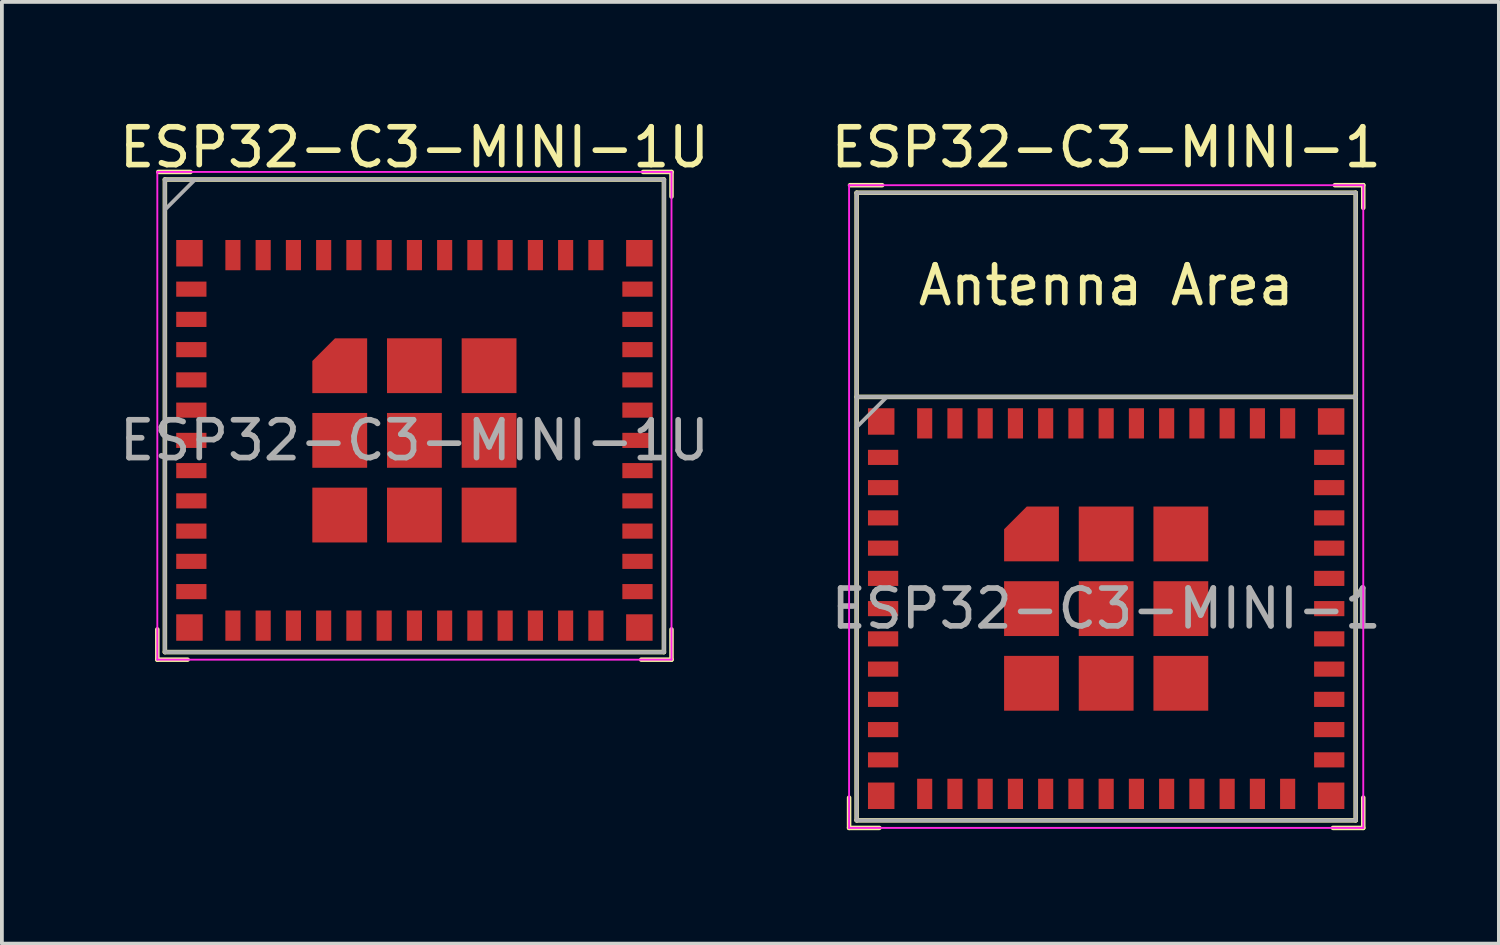
<source format=kicad_pcb>
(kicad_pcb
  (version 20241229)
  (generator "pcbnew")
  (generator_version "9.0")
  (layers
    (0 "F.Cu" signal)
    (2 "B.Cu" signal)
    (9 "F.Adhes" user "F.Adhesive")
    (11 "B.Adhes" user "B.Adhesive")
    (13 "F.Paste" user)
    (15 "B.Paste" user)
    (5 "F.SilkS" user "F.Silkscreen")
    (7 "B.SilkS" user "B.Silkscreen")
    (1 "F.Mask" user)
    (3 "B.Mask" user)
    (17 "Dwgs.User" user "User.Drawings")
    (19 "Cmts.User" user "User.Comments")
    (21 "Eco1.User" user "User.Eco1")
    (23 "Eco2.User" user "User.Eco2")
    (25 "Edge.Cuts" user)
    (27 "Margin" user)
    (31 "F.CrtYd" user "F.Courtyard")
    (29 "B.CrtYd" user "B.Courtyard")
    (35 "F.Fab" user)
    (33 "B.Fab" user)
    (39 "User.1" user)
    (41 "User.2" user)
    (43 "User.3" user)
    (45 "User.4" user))
  (footprint "ESP32-C3-MINI-1U"
    (layer "F.Cu")
    (at 7.911 7.898)
    (property "Reference" "ESP32-C3-MINI-1U" (at 0 -7.05 0) (layer "F.SilkS") (effects (font (size 1 1) (thickness 0.15))))
    (attr smd)
    (fp_line (start -6.8 5.7) (end -6.8 6.5) (stroke (width 0.12) (type solid)) (layer "F.SilkS"))
    (fp_line (start -6.8 6.5) (end -6 6.5) (stroke (width 0.12) (type solid)) (layer "F.SilkS"))
    (fp_line (start -6.6 -6.2) (end 6.6 -6.2) (stroke (width 0.12) (type solid)) (layer "F.SilkS"))
    (fp_line (start -6.6 6.3) (end -6.6 -6.2) (stroke (width 0.12) (type solid)) (layer "F.SilkS"))
    (fp_line (start -5.925 -6.4) (end -6.775 -6.4) (stroke (width 0.12) (type solid)) (layer "F.SilkS"))
    (fp_line (start 6.05 -6.4) (end 6.8 -6.4) (stroke (width 0.12) (type solid)) (layer "F.SilkS"))
    (fp_line (start 6.6 -6.2) (end 6.6 6.3) (stroke (width 0.12) (type solid)) (layer "F.SilkS"))
    (fp_line (start 6.6 6.3) (end -6.6 6.3) (stroke (width 0.12) (type solid)) (layer "F.SilkS"))
    (fp_line (start 6.8 -6.4) (end 6.8 -5.75) (stroke (width 0.12) (type solid)) (layer "F.SilkS"))
    (fp_line (start 6.8 5.7) (end 6.8 6.5) (stroke (width 0.12) (type solid)) (layer "F.SilkS"))
    (fp_line (start 6.8 6.5) (end 6 6.5) (stroke (width 0.12) (type solid)) (layer "F.SilkS"))
    (fp_line (start -6.8 -6.4) (end 6.8 -6.4) (stroke (width 0.05) (type solid)) (layer "F.CrtYd"))
    (fp_line (start -6.8 6.5) (end -6.8 -6.4) (stroke (width 0.05) (type solid)) (layer "F.CrtYd"))
    (fp_line (start 6.8 -6.4) (end 6.8 6.5) (stroke (width 0.05) (type solid)) (layer "F.CrtYd"))
    (fp_line (start 6.8 6.5) (end -6.8 6.5) (stroke (width 0.05) (type solid)) (layer "F.CrtYd"))
    (fp_line (start -6.6 -6.2) (end -6.6 6.3) (stroke (width 0.1) (type solid)) (layer "F.Fab"))
    (fp_line (start -6.6 6.3) (end 6.6 6.3) (stroke (width 0.1) (type solid)) (layer "F.Fab"))
    (fp_line (start -5.8 -6.2) (end -6.6 -5.4) (stroke (width 0.1) (type solid)) (layer "F.Fab"))
    (fp_line (start 6.6 -6.2) (end -6.6 -6.2) (stroke (width 0.1) (type solid)) (layer "F.Fab"))
    (fp_line (start 6.6 6.3) (end 6.6 -6.2) (stroke (width 0.1) (type solid)) (layer "F.Fab"))
    (fp_text user "${REFERENCE}" (at 0 0.7 0) (layer "F.Fab") (effects (font (size 1 1) (thickness 0.15))))
    (pad "1" smd rect (at -5.9 -3.3 90) (size 0.4 0.8) (layers "F.Cu" "F.Mask" "F.Paste"))
    (pad "2" smd rect (at -5.9 -2.5 90) (size 0.4 0.8) (layers "F.Cu" "F.Mask" "F.Paste"))
    (pad "3" smd rect (at -5.9 -1.7 90) (size 0.4 0.8) (layers "F.Cu" "F.Mask" "F.Paste"))
    (pad "4" smd rect (at -5.9 -0.9 90) (size 0.4 0.8) (layers "F.Cu" "F.Mask" "F.Paste"))
    (pad "5" smd rect (at -5.9 -0.1 90) (size 0.4 0.8) (layers "F.Cu" "F.Mask" "F.Paste"))
    (pad "6" smd rect (at -5.9 0.7 90) (size 0.4 0.8) (layers "F.Cu" "F.Mask" "F.Paste"))
    (pad "7" smd rect (at -5.9 1.5 90) (size 0.4 0.8) (layers "F.Cu" "F.Mask" "F.Paste"))
    (pad "8" smd rect (at -5.9 2.3 90) (size 0.4 0.8) (layers "F.Cu" "F.Mask" "F.Paste"))
    (pad "9" smd rect (at -5.9 3.1 90) (size 0.4 0.8) (layers "F.Cu" "F.Mask" "F.Paste"))
    (pad "10" smd rect (at -5.9 3.9 90) (size 0.4 0.8) (layers "F.Cu" "F.Mask" "F.Paste"))
    (pad "11" smd rect (at -5.9 4.7 90) (size 0.4 0.8) (layers "F.Cu" "F.Mask" "F.Paste"))
    (pad "12" smd rect (at -4.8 5.6) (size 0.4 0.8) (layers "F.Cu" "F.Mask" "F.Paste"))
    (pad "13" smd rect (at -4 5.6) (size 0.4 0.8) (layers "F.Cu" "F.Mask" "F.Paste"))
    (pad "14" smd rect (at -3.2 5.6) (size 0.4 0.8) (layers "F.Cu" "F.Mask" "F.Paste"))
    (pad "15" smd rect (at -2.4 5.6) (size 0.4 0.8) (layers "F.Cu" "F.Mask" "F.Paste"))
    (pad "16" smd rect (at -1.6 5.6) (size 0.4 0.8) (layers "F.Cu" "F.Mask" "F.Paste"))
    (pad "17" smd rect (at -0.8 5.6) (size 0.4 0.8) (layers "F.Cu" "F.Mask" "F.Paste"))
    (pad "18" smd rect (at 0 5.6) (size 0.4 0.8) (layers "F.Cu" "F.Mask" "F.Paste"))
    (pad "19" smd rect (at 0.8 5.6) (size 0.4 0.8) (layers "F.Cu" "F.Mask" "F.Paste"))
    (pad "20" smd rect (at 1.6 5.6) (size 0.4 0.8) (layers "F.Cu" "F.Mask" "F.Paste"))
    (pad "21" smd rect (at 2.4 5.6) (size 0.4 0.8) (layers "F.Cu" "F.Mask" "F.Paste"))
    (pad "22" smd rect (at 3.2 5.6) (size 0.4 0.8) (layers "F.Cu" "F.Mask" "F.Paste"))
    (pad "23" smd rect (at 4 5.6) (size 0.4 0.8) (layers "F.Cu" "F.Mask" "F.Paste"))
    (pad "24" smd rect (at 4.8 5.6) (size 0.4 0.8) (layers "F.Cu" "F.Mask" "F.Paste"))
    (pad "25" smd rect (at 5.9 4.7 90) (size 0.4 0.8) (layers "F.Cu" "F.Mask" "F.Paste"))
    (pad "26" smd rect (at 5.9 3.9 90) (size 0.4 0.8) (layers "F.Cu" "F.Mask" "F.Paste"))
    (pad "27" smd rect (at 5.9 3.1 90) (size 0.4 0.8) (layers "F.Cu" "F.Mask" "F.Paste"))
    (pad "28" smd rect (at 5.9 2.3 90) (size 0.4 0.8) (layers "F.Cu" "F.Mask" "F.Paste"))
    (pad "29" smd rect (at 5.9 1.5 90) (size 0.4 0.8) (layers "F.Cu" "F.Mask" "F.Paste"))
    (pad "30" smd rect (at 5.9 0.7 90) (size 0.4 0.8) (layers "F.Cu" "F.Mask" "F.Paste"))
    (pad "31" smd rect (at 5.9 -0.1 90) (size 0.4 0.8) (layers "F.Cu" "F.Mask" "F.Paste"))
    (pad "32" smd rect (at 5.9 -0.9 90) (size 0.4 0.8) (layers "F.Cu" "F.Mask" "F.Paste"))
    (pad "33" smd rect (at 5.9 -1.7 90) (size 0.4 0.8) (layers "F.Cu" "F.Mask" "F.Paste"))
    (pad "34" smd rect (at 5.9 -2.5 90) (size 0.4 0.8) (layers "F.Cu" "F.Mask" "F.Paste"))
    (pad "35" smd rect (at 5.9 -3.3 90) (size 0.4 0.8) (layers "F.Cu" "F.Mask" "F.Paste"))
    (pad "36" smd rect (at 4.8 -4.2) (size 0.4 0.8) (layers "F.Cu" "F.Mask" "F.Paste"))
    (pad "37" smd rect (at 4 -4.2) (size 0.4 0.8) (layers "F.Cu" "F.Mask" "F.Paste"))
    (pad "38" smd rect (at 3.2 -4.2) (size 0.4 0.8) (layers "F.Cu" "F.Mask" "F.Paste"))
    (pad "39" smd rect (at 2.4 -4.2) (size 0.4 0.8) (layers "F.Cu" "F.Mask" "F.Paste"))
    (pad "40" smd rect (at 1.6 -4.2) (size 0.4 0.8) (layers "F.Cu" "F.Mask" "F.Paste"))
    (pad "41" smd rect (at 0.8 -4.2) (size 0.4 0.8) (layers "F.Cu" "F.Mask" "F.Paste"))
    (pad "42" smd rect (at 0 -4.2) (size 0.4 0.8) (layers "F.Cu" "F.Mask" "F.Paste"))
    (pad "43" smd rect (at -0.8 -4.2) (size 0.4 0.8) (layers "F.Cu" "F.Mask" "F.Paste"))
    (pad "44" smd rect (at -1.6 -4.2) (size 0.4 0.8) (layers "F.Cu" "F.Mask" "F.Paste"))
    (pad "45" smd rect (at -2.4 -4.2) (size 0.4 0.8) (layers "F.Cu" "F.Mask" "F.Paste"))
    (pad "46" smd rect (at -3.2 -4.2) (size 0.4 0.8) (layers "F.Cu" "F.Mask" "F.Paste"))
    (pad "47" smd rect (at -4 -4.2) (size 0.4 0.8) (layers "F.Cu" "F.Mask" "F.Paste"))
    (pad "48" smd rect (at -4.8 -4.2) (size 0.4 0.8) (layers "F.Cu" "F.Mask" "F.Paste"))
    (pad "49" smd custom (at -1.975 -1.275) (size 0.8 0.8) (layers "F.Cu" "F.Mask" "F.Paste") (options (anchor rect)) (primitives (gr_poly (pts (xy 0.725 0.725) (xy -0.725 0.725) (xy -0.725 -0.125) (xy -0.125 -0.725) (xy 0.725 -0.725)) (width 0) (fill yes))))
    (pad "49" smd rect (at -1.975 0.7 90) (size 1.45 1.45) (layers "F.Cu" "F.Mask" "F.Paste"))
    (pad "49" smd rect (at -1.975 2.675 90) (size 1.45 1.45) (layers "F.Cu" "F.Mask" "F.Paste"))
    (pad "49" smd rect (at 0 -1.275 90) (size 1.45 1.45) (layers "F.Cu" "F.Mask" "F.Paste"))
    (pad "49" smd rect (at 0 0.7 90) (size 1.45 1.45) (layers "F.Cu" "F.Mask" "F.Paste"))
    (pad "49" smd rect (at 0 2.675 90) (size 1.45 1.45) (layers "F.Cu" "F.Mask" "F.Paste"))
    (pad "49" smd rect (at 1.975 -1.275 90) (size 1.45 1.45) (layers "F.Cu" "F.Mask" "F.Paste"))
    (pad "49" smd rect (at 1.975 0.7 90) (size 1.45 1.45) (layers "F.Cu" "F.Mask" "F.Paste"))
    (pad "49" smd rect (at 1.975 2.675 90) (size 1.45 1.45) (layers "F.Cu" "F.Mask" "F.Paste"))
    (pad "50" smd rect (at 5.95 -4.25 90) (size 0.7 0.7) (layers "F.Cu" "F.Mask" "F.Paste"))
    (pad "51" smd rect (at 5.95 5.65 90) (size 0.7 0.7) (layers "F.Cu" "F.Mask" "F.Paste"))
    (pad "52" smd rect (at -5.95 5.65 90) (size 0.7 0.7) (layers "F.Cu" "F.Mask" "F.Paste"))
    (pad "53" smd rect (at -5.95 -4.25 90) (size 0.7 0.7) (layers "F.Cu" "F.Mask" "F.Paste")))
  (footprint "ESP32-C3-MINI-1"
    (layer "F.Cu")
    (at 26.208 10.348)
    (property "Reference" "ESP32-C3-MINI-1" (at 0 -9.5 0) (layer "F.SilkS") (effects (font (size 1 1) (thickness 0.15))))
    (attr smd)
    (fp_line (start -6.8 7.7) (end -6.8 8.5) (stroke (width 0.12) (type solid)) (layer "F.SilkS"))
    (fp_line (start -6.8 8.5) (end -6 8.5) (stroke (width 0.12) (type solid)) (layer "F.SilkS"))
    (fp_line (start -6.6 -8.3) (end 6.6 -8.3) (stroke (width 0.12) (type solid)) (layer "F.SilkS"))
    (fp_line (start -6.6 -2.9) (end 6.6 -2.9) (stroke (width 0.12) (type solid)) (layer "F.SilkS"))
    (fp_line (start -6.6 8.3) (end -6.6 -8.3) (stroke (width 0.12) (type solid)) (layer "F.SilkS"))
    (fp_line (start -5.925 -8.5) (end -6.775 -8.5) (stroke (width 0.12) (type solid)) (layer "F.SilkS"))
    (fp_line (start 6.05 -8.5) (end 6.8 -8.5) (stroke (width 0.12) (type solid)) (layer "F.SilkS"))
    (fp_line (start 6.6 -8.3) (end 6.6 8.3) (stroke (width 0.12) (type solid)) (layer "F.SilkS"))
    (fp_line (start 6.6 8.3) (end -6.6 8.3) (stroke (width 0.12) (type solid)) (layer "F.SilkS"))
    (fp_line (start 6.8 -8.5) (end 6.8 -7.9) (stroke (width 0.12) (type solid)) (layer "F.SilkS"))
    (fp_line (start 6.8 7.7) (end 6.8 8.5) (stroke (width 0.12) (type solid)) (layer "F.SilkS"))
    (fp_line (start 6.8 8.5) (end 6 8.5) (stroke (width 0.12) (type solid)) (layer "F.SilkS"))
    (fp_line (start -6.8 -8.5) (end 6.8 -8.5) (stroke (width 0.05) (type solid)) (layer "F.CrtYd"))
    (fp_line (start -6.8 8.5) (end -6.8 -8.5) (stroke (width 0.05) (type solid)) (layer "F.CrtYd"))
    (fp_line (start 6.8 -8.5) (end 6.8 8.5) (stroke (width 0.05) (type solid)) (layer "F.CrtYd"))
    (fp_line (start 6.8 8.5) (end -6.8 8.5) (stroke (width 0.05) (type solid)) (layer "F.CrtYd"))
    (fp_line (start -6.6 8.3) (end -6.6 -8.3) (stroke (width 0.1) (type solid)) (layer "F.Fab"))
    (fp_line (start -6.6 8.3) (end 6.6 8.3) (stroke (width 0.1) (type solid)) (layer "F.Fab"))
    (fp_line (start -5.8 -2.9) (end -6.6 -2.1) (stroke (width 0.1) (type solid)) (layer "F.Fab"))
    (fp_line (start 6.6 -8.3) (end -6.6 -8.3) (stroke (width 0.1) (type solid)) (layer "F.Fab"))
    (fp_line (start 6.6 -2.9) (end -6.6 -2.9) (stroke (width 0.1) (type solid)) (layer "F.Fab"))
    (fp_line (start 6.6 8.3) (end 6.6 -8.3) (stroke (width 0.1) (type solid)) (layer "F.Fab"))
    (fp_text user "Antenna Area" (at 0 -5.85 0) (layer "F.SilkS") (effects (font (size 1 1) (thickness 0.15))))
    (fp_text user "${REFERENCE}" (at 0 2.7 0) (layer "F.Fab") (effects (font (size 1 1) (thickness 0.15))))
    (pad "1" smd rect (at -5.9 -1.3 90) (size 0.4 0.8) (layers "F.Cu" "F.Mask" "F.Paste"))
    (pad "2" smd rect (at -5.9 -0.5 90) (size 0.4 0.8) (layers "F.Cu" "F.Mask" "F.Paste"))
    (pad "3" smd rect (at -5.9 0.3 90) (size 0.4 0.8) (layers "F.Cu" "F.Mask" "F.Paste"))
    (pad "4" smd rect (at -5.9 1.1 90) (size 0.4 0.8) (layers "F.Cu" "F.Mask" "F.Paste"))
    (pad "5" smd rect (at -5.9 1.9 90) (size 0.4 0.8) (layers "F.Cu" "F.Mask" "F.Paste"))
    (pad "6" smd rect (at -5.9 2.7 90) (size 0.4 0.8) (layers "F.Cu" "F.Mask" "F.Paste"))
    (pad "7" smd rect (at -5.9 3.5 90) (size 0.4 0.8) (layers "F.Cu" "F.Mask" "F.Paste"))
    (pad "8" smd rect (at -5.9 4.3 90) (size 0.4 0.8) (layers "F.Cu" "F.Mask" "F.Paste"))
    (pad "9" smd rect (at -5.9 5.1 90) (size 0.4 0.8) (layers "F.Cu" "F.Mask" "F.Paste"))
    (pad "10" smd rect (at -5.9 5.9 90) (size 0.4 0.8) (layers "F.Cu" "F.Mask" "F.Paste"))
    (pad "11" smd rect (at -5.9 6.7 90) (size 0.4 0.8) (layers "F.Cu" "F.Mask" "F.Paste"))
    (pad "12" smd rect (at -4.8 7.6) (size 0.4 0.8) (layers "F.Cu" "F.Mask" "F.Paste"))
    (pad "13" smd rect (at -4 7.6) (size 0.4 0.8) (layers "F.Cu" "F.Mask" "F.Paste"))
    (pad "14" smd rect (at -3.2 7.6) (size 0.4 0.8) (layers "F.Cu" "F.Mask" "F.Paste"))
    (pad "15" smd rect (at -2.4 7.6) (size 0.4 0.8) (layers "F.Cu" "F.Mask" "F.Paste"))
    (pad "16" smd rect (at -1.6 7.6) (size 0.4 0.8) (layers "F.Cu" "F.Mask" "F.Paste"))
    (pad "17" smd rect (at -0.8 7.6) (size 0.4 0.8) (layers "F.Cu" "F.Mask" "F.Paste"))
    (pad "18" smd rect (at 0 7.6) (size 0.4 0.8) (layers "F.Cu" "F.Mask" "F.Paste"))
    (pad "19" smd rect (at 0.8 7.6) (size 0.4 0.8) (layers "F.Cu" "F.Mask" "F.Paste"))
    (pad "20" smd rect (at 1.6 7.6) (size 0.4 0.8) (layers "F.Cu" "F.Mask" "F.Paste"))
    (pad "21" smd rect (at 2.4 7.6) (size 0.4 0.8) (layers "F.Cu" "F.Mask" "F.Paste"))
    (pad "22" smd rect (at 3.2 7.6) (size 0.4 0.8) (layers "F.Cu" "F.Mask" "F.Paste"))
    (pad "23" smd rect (at 4 7.6) (size 0.4 0.8) (layers "F.Cu" "F.Mask" "F.Paste"))
    (pad "24" smd rect (at 4.8 7.6) (size 0.4 0.8) (layers "F.Cu" "F.Mask" "F.Paste"))
    (pad "25" smd rect (at 5.9 6.7 90) (size 0.4 0.8) (layers "F.Cu" "F.Mask" "F.Paste"))
    (pad "26" smd rect (at 5.9 5.9 90) (size 0.4 0.8) (layers "F.Cu" "F.Mask" "F.Paste"))
    (pad "27" smd rect (at 5.9 5.1 90) (size 0.4 0.8) (layers "F.Cu" "F.Mask" "F.Paste"))
    (pad "28" smd rect (at 5.9 4.3 90) (size 0.4 0.8) (layers "F.Cu" "F.Mask" "F.Paste"))
    (pad "29" smd rect (at 5.9 3.5 90) (size 0.4 0.8) (layers "F.Cu" "F.Mask" "F.Paste"))
    (pad "30" smd rect (at 5.9 2.7 90) (size 0.4 0.8) (layers "F.Cu" "F.Mask" "F.Paste"))
    (pad "31" smd rect (at 5.9 1.9 90) (size 0.4 0.8) (layers "F.Cu" "F.Mask" "F.Paste"))
    (pad "32" smd rect (at 5.9 1.1 90) (size 0.4 0.8) (layers "F.Cu" "F.Mask" "F.Paste"))
    (pad "33" smd rect (at 5.9 0.3 90) (size 0.4 0.8) (layers "F.Cu" "F.Mask" "F.Paste"))
    (pad "34" smd rect (at 5.9 -0.5 90) (size 0.4 0.8) (layers "F.Cu" "F.Mask" "F.Paste"))
    (pad "35" smd rect (at 5.9 -1.3 90) (size 0.4 0.8) (layers "F.Cu" "F.Mask" "F.Paste"))
    (pad "36" smd rect (at 4.8 -2.2) (size 0.4 0.8) (layers "F.Cu" "F.Mask" "F.Paste"))
    (pad "37" smd rect (at 4 -2.2) (size 0.4 0.8) (layers "F.Cu" "F.Mask" "F.Paste"))
    (pad "38" smd rect (at 3.2 -2.2) (size 0.4 0.8) (layers "F.Cu" "F.Mask" "F.Paste"))
    (pad "39" smd rect (at 2.4 -2.2) (size 0.4 0.8) (layers "F.Cu" "F.Mask" "F.Paste"))
    (pad "40" smd rect (at 1.6 -2.2) (size 0.4 0.8) (layers "F.Cu" "F.Mask" "F.Paste"))
    (pad "41" smd rect (at 0.8 -2.2) (size 0.4 0.8) (layers "F.Cu" "F.Mask" "F.Paste"))
    (pad "42" smd rect (at 0 -2.2) (size 0.4 0.8) (layers "F.Cu" "F.Mask" "F.Paste"))
    (pad "43" smd rect (at -0.8 -2.2) (size 0.4 0.8) (layers "F.Cu" "F.Mask" "F.Paste"))
    (pad "44" smd rect (at -1.6 -2.2) (size 0.4 0.8) (layers "F.Cu" "F.Mask" "F.Paste"))
    (pad "45" smd rect (at -2.4 -2.2) (size 0.4 0.8) (layers "F.Cu" "F.Mask" "F.Paste"))
    (pad "46" smd rect (at -3.2 -2.2) (size 0.4 0.8) (layers "F.Cu" "F.Mask" "F.Paste"))
    (pad "47" smd rect (at -4 -2.2) (size 0.4 0.8) (layers "F.Cu" "F.Mask" "F.Paste"))
    (pad "48" smd rect (at -4.8 -2.2) (size 0.4 0.8) (layers "F.Cu" "F.Mask" "F.Paste"))
    (pad "49" smd custom (at -1.975 0.725) (size 0.8 0.8) (layers "F.Cu" "F.Mask" "F.Paste") (options (anchor rect)) (primitives (gr_poly (pts (xy 0.725 0.725) (xy -0.725 0.725) (xy -0.725 -0.125) (xy -0.125 -0.725) (xy 0.725 -0.725)) (width 0) (fill yes))))
    (pad "49" smd rect (at -1.975 2.7 90) (size 1.45 1.45) (layers "F.Cu" "F.Mask" "F.Paste"))
    (pad "49" smd rect (at -1.975 4.675 90) (size 1.45 1.45) (layers "F.Cu" "F.Mask" "F.Paste"))
    (pad "49" smd rect (at 0 0.725 90) (size 1.45 1.45) (layers "F.Cu" "F.Mask" "F.Paste"))
    (pad "49" smd rect (at 0 2.7 90) (size 1.45 1.45) (layers "F.Cu" "F.Mask" "F.Paste"))
    (pad "49" smd rect (at 0 4.675 90) (size 1.45 1.45) (layers "F.Cu" "F.Mask" "F.Paste"))
    (pad "49" smd rect (at 1.975 0.725 90) (size 1.45 1.45) (layers "F.Cu" "F.Mask" "F.Paste"))
    (pad "49" smd rect (at 1.975 2.7 90) (size 1.45 1.45) (layers "F.Cu" "F.Mask" "F.Paste"))
    (pad "49" smd rect (at 1.975 4.675 90) (size 1.45 1.45) (layers "F.Cu" "F.Mask" "F.Paste"))
    (pad "50" smd rect (at 5.95 -2.25 90) (size 0.7 0.7) (layers "F.Cu" "F.Mask" "F.Paste"))
    (pad "51" smd rect (at 5.95 7.65 90) (size 0.7 0.7) (layers "F.Cu" "F.Mask" "F.Paste"))
    (pad "52" smd rect (at -5.95 7.65 90) (size 0.7 0.7) (layers "F.Cu" "F.Mask" "F.Paste"))
    (pad "53" smd rect (at -5.95 -2.25 90) (size 0.7 0.7) (layers "F.Cu" "F.Mask" "F.Paste")))
  (gr_rect
    (start -3 -3)
    (end 36.595 21.908)
    (stroke (width 0.1) (type default))
    (fill no)
    (layer "Edge.Cuts")))
</source>
